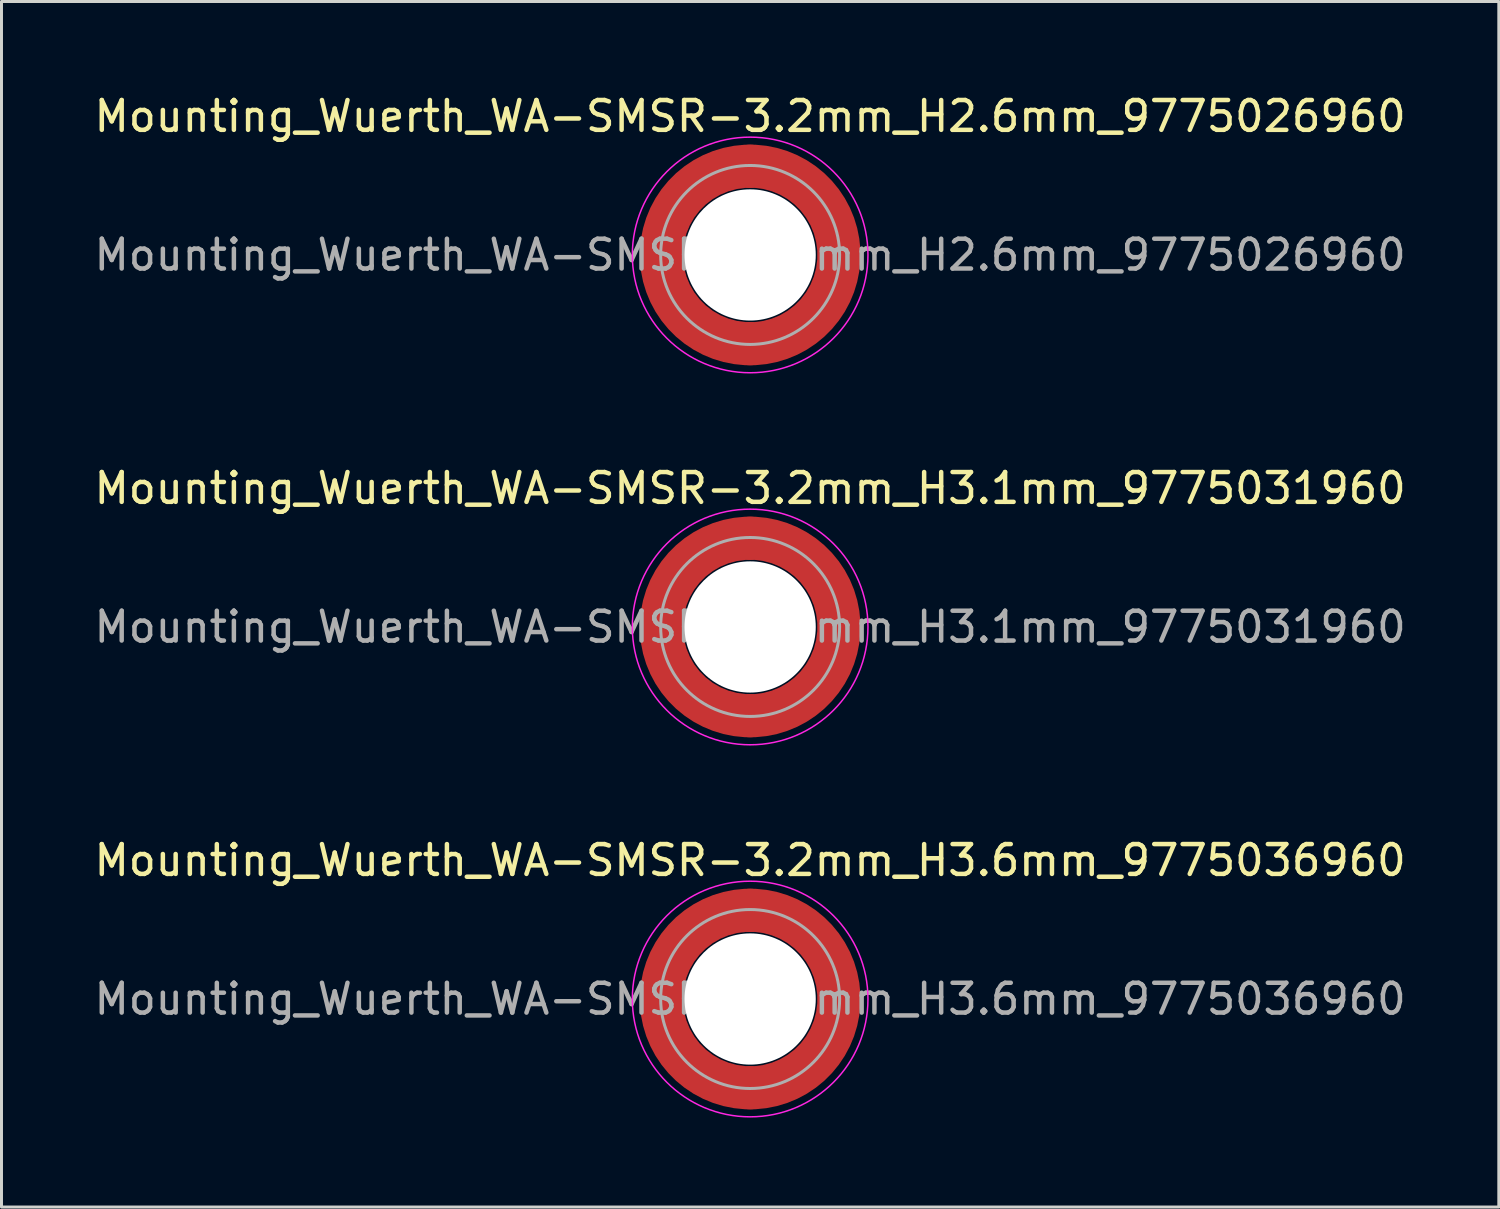
<source format=kicad_pcb>
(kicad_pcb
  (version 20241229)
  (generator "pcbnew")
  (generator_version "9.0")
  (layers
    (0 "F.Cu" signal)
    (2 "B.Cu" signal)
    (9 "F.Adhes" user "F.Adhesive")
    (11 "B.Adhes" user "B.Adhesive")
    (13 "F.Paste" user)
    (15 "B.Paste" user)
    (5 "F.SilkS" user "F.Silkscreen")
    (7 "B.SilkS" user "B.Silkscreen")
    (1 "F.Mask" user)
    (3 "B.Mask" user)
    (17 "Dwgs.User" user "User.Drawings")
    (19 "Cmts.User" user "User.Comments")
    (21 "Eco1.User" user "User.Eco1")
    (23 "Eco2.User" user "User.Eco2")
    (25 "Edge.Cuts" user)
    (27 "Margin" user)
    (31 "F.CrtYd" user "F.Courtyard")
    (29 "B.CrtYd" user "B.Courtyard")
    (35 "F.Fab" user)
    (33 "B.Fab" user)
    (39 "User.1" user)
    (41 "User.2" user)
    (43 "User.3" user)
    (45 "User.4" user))
  (footprint "Mounting_Wuerth_WA-SMSR-3.2mm_H2.6mm_9775026960"
    (layer "F.Cu")
    (at 22.101 5.498)
    (property "Reference" "Mounting_Wuerth_WA-SMSR-3.2mm_H2.6mm_9775026960" (at 0 -4.65 0) (layer "F.SilkS") (effects (font (size 1 1) (thickness 0.15))))
    (attr smd)
    (fp_circle (center 0 0) (end 3.95 0) (stroke (width 0.05) (type solid)) (fill no) (layer "F.CrtYd"))
    (fp_circle (center 0 0) (end 3 0) (stroke (width 0.1) (type solid)) (fill no) (layer "F.Fab"))
    (fp_text user "${REFERENCE}" (at 0 0 0) (layer "F.Fab") (effects (font (size 1 1) (thickness 0.15))))
    (pad "" smd custom (at -2.095 -2.095) (size 1.345 1.345) (layers "F.Paste") (options (anchor circle)) (primitives (gr_arc (start -0.24231 1.594804) (mid 0.404819 0.404819) (end 1.594804 -0.24231) (width 0.2)) (gr_arc (start -0.3398 1.594804) (mid 0.337349 0.337349) (end 1.594804 -0.3398) (width 0.2)) (gr_arc (start -0.437132 1.594804) (mid 0.269879 0.269879) (end 1.594804 -0.437132) (width 0.2)) (gr_arc (start -0.534324 1.594804) (mid 0.202409 0.202409) (end 1.594804 -0.534324) (width 0.2)) (gr_arc (start -0.631391 1.594804) (mid 0.134939 0.134939) (end 1.594804 -0.631391) (width 0.2)) (gr_arc (start -0.728345 1.594804) (mid 0.06747 0.06747) (end 1.594804 -0.728345) (width 0.2)) (gr_arc (start -0.825197 1.594804) (mid 0 0) (end 1.594804 -0.825197) (width 0.2)) (gr_arc (start -0.921958 1.594804) (mid -0.067469 -0.067469) (end 1.594804 -0.921958) (width 0.2)) (gr_arc (start -1.018637 1.594804) (mid -0.13494 -0.13494) (end 1.594804 -1.018637) (width 0.2)) (gr_arc (start -1.115239 1.594804) (mid -0.202409 -0.202409) (end 1.594804 -1.115239) (width 0.2)) (gr_arc (start -1.211773 1.594804) (mid -0.269879 -0.269879) (end 1.594804 -1.211773) (width 0.2)) (gr_arc (start -1.308244 1.594804) (mid -0.337349 -0.337349) (end 1.594804 -1.308244) (width 0.2)) (gr_arc (start -1.404657 1.594804) (mid -0.404819 -0.404819) (end 1.594804 -1.404657) (width 0.2)) (gr_arc (start -1.404657 1.594804) (mid -0.404819 -0.404819) (end 1.594804 -1.404657) (width 0.2)) (gr_line (start 1.595 -0.242) (end 1.595 -1.405) (width 0.2)) (gr_line (start -0.242 1.595) (end -1.405 1.595) (width 0.2))))
    (pad "" smd custom (at -2.095 2.095) (size 1.345 1.345) (layers "F.Paste") (options (anchor circle)) (primitives (gr_arc (start 1.594804 0.24231) (mid 0.404819 -0.404819) (end -0.24231 -1.594804) (width 0.2)) (gr_arc (start 1.594804 0.3398) (mid 0.337349 -0.337349) (end -0.3398 -1.594804) (width 0.2)) (gr_arc (start 1.594804 0.437132) (mid 0.269879 -0.269879) (end -0.437132 -1.594804) (width 0.2)) (gr_arc (start 1.594804 0.534324) (mid 0.202409 -0.202409) (end -0.534324 -1.594804) (width 0.2)) (gr_arc (start 1.594804 0.631391) (mid 0.134939 -0.134939) (end -0.631391 -1.594804) (width 0.2)) (gr_arc (start 1.594804 0.728345) (mid 0.06747 -0.06747) (end -0.728345 -1.594804) (width 0.2)) (gr_arc (start 1.594804 0.825197) (mid 0 0) (end -0.825197 -1.594804) (width 0.2)) (gr_arc (start 1.594804 0.921958) (mid -0.067469 0.067469) (end -0.921958 -1.594804) (width 0.2)) (gr_arc (start 1.594804 1.018637) (mid -0.13494 0.13494) (end -1.018637 -1.594804) (width 0.2)) (gr_arc (start 1.594804 1.115239) (mid -0.202409 0.202409) (end -1.115239 -1.594804) (width 0.2)) (gr_arc (start 1.594804 1.211773) (mid -0.269879 0.269879) (end -1.211773 -1.594804) (width 0.2)) (gr_arc (start 1.594804 1.308244) (mid -0.337349 0.337349) (end -1.308244 -1.594804) (width 0.2)) (gr_arc (start 1.594804 1.404657) (mid -0.404819 0.404819) (end -1.404657 -1.594804) (width 0.2)) (gr_arc (start 1.594804 1.404657) (mid -0.404819 0.404819) (end -1.404657 -1.594804) (width 0.2)) (gr_line (start -0.242 -1.595) (end -1.405 -1.595) (width 0.2)) (gr_line (start 1.595 0.242) (end 1.595 1.405) (width 0.2))))
    (pad "" np_thru_hole circle (at 0 0) (size 4.4 4.4) (drill 4.4) (layers "*.Cu" "*.Mask"))
    (pad "" smd custom (at 2.095 -2.095) (size 1.345 1.345) (layers "F.Paste") (options (anchor circle)) (primitives (gr_arc (start -1.594804 -0.24231) (mid -0.404819 0.404819) (end 0.24231 1.594804) (width 0.2)) (gr_arc (start -1.594804 -0.3398) (mid -0.337349 0.337349) (end 0.3398 1.594804) (width 0.2)) (gr_arc (start -1.594804 -0.437132) (mid -0.269879 0.269879) (end 0.437132 1.594804) (width 0.2)) (gr_arc (start -1.594804 -0.534324) (mid -0.202409 0.202409) (end 0.534324 1.594804) (width 0.2)) (gr_arc (start -1.594804 -0.631391) (mid -0.134939 0.134939) (end 0.631391 1.594804) (width 0.2)) (gr_arc (start -1.594804 -0.728345) (mid -0.06747 0.06747) (end 0.728345 1.594804) (width 0.2)) (gr_arc (start -1.594804 -0.825197) (mid 0 0) (end 0.825197 1.594804) (width 0.2)) (gr_arc (start -1.594804 -0.921958) (mid 0.067469 -0.067469) (end 0.921958 1.594804) (width 0.2)) (gr_arc (start -1.594804 -1.018637) (mid 0.13494 -0.13494) (end 1.018637 1.594804) (width 0.2)) (gr_arc (start -1.594804 -1.115239) (mid 0.202409 -0.202409) (end 1.115239 1.594804) (width 0.2)) (gr_arc (start -1.594804 -1.211773) (mid 0.269879 -0.269879) (end 1.211773 1.594804) (width 0.2)) (gr_arc (start -1.594804 -1.308244) (mid 0.337349 -0.337349) (end 1.308244 1.594804) (width 0.2)) (gr_arc (start -1.594804 -1.404657) (mid 0.404819 -0.404819) (end 1.404657 1.594804) (width 0.2)) (gr_arc (start -1.594804 -1.404657) (mid 0.404819 -0.404819) (end 1.404657 1.594804) (width 0.2)) (gr_line (start 0.242 1.595) (end 1.405 1.595) (width 0.2)) (gr_line (start -1.595 -0.242) (end -1.595 -1.405) (width 0.2))))
    (pad "" smd custom (at 2.095 2.095) (size 1.345 1.345) (layers "F.Paste") (options (anchor circle)) (primitives (gr_arc (start 0.24231 -1.594804) (mid -0.404819 -0.404819) (end -1.594804 0.24231) (width 0.2)) (gr_arc (start 0.3398 -1.594804) (mid -0.337349 -0.337349) (end -1.594804 0.3398) (width 0.2)) (gr_arc (start 0.437132 -1.594804) (mid -0.269879 -0.269879) (end -1.594804 0.437132) (width 0.2)) (gr_arc (start 0.534324 -1.594804) (mid -0.202409 -0.202409) (end -1.594804 0.534324) (width 0.2)) (gr_arc (start 0.631391 -1.594804) (mid -0.134939 -0.134939) (end -1.594804 0.631391) (width 0.2)) (gr_arc (start 0.728345 -1.594804) (mid -0.06747 -0.06747) (end -1.594804 0.728345) (width 0.2)) (gr_arc (start 0.825197 -1.594804) (mid 0 0) (end -1.594804 0.825197) (width 0.2)) (gr_arc (start 0.921958 -1.594804) (mid 0.067469 0.067469) (end -1.594804 0.921958) (width 0.2)) (gr_arc (start 1.018637 -1.594804) (mid 0.13494 0.13494) (end -1.594804 1.018637) (width 0.2)) (gr_arc (start 1.115239 -1.594804) (mid 0.202409 0.202409) (end -1.594804 1.115239) (width 0.2)) (gr_arc (start 1.211773 -1.594804) (mid 0.269879 0.269879) (end -1.594804 1.211773) (width 0.2)) (gr_arc (start 1.308244 -1.594804) (mid 0.337349 0.337349) (end -1.594804 1.308244) (width 0.2)) (gr_arc (start 1.404657 -1.594804) (mid 0.404819 0.404819) (end -1.594804 1.404657) (width 0.2)) (gr_arc (start 1.404657 -1.594804) (mid 0.404819 0.404819) (end -1.594804 1.404657) (width 0.2)) (gr_line (start -1.595 0.242) (end -1.595 1.405) (width 0.2)) (gr_line (start 0.242 -1.595) (end 1.405 -1.595) (width 0.2))))
    (pad "1" smd circle (at -2.975 0) (size 1.45 1.45) (layers "F.Cu"))
    (pad "1" smd circle (at 0 -2.975) (size 1.45 1.45) (layers "F.Cu"))
    (pad "1" smd circle (at 0 2.975) (size 1.45 1.45) (layers "F.Cu"))
    (pad "1" smd custom (at 2.975 0) (size 1.45 1.45) (layers "F.Cu" "F.Mask") (options (anchor circle)) (primitives (gr_circle (center -2.975 0) (end 0 0) (width 1.45) (fill no)))))
  (footprint "Mounting_Wuerth_WA-SMSR-3.2mm_H3.1mm_9775031960"
    (layer "F.Cu")
    (at 22.101 17.971)
    (property "Reference" "Mounting_Wuerth_WA-SMSR-3.2mm_H3.1mm_9775031960" (at 0 -4.65 0) (layer "F.SilkS") (effects (font (size 1 1) (thickness 0.15))))
    (attr smd)
    (fp_circle (center 0 0) (end 3.95 0) (stroke (width 0.05) (type solid)) (fill no) (layer "F.CrtYd"))
    (fp_circle (center 0 0) (end 3 0) (stroke (width 0.1) (type solid)) (fill no) (layer "F.Fab"))
    (fp_text user "${REFERENCE}" (at 0 0 0) (layer "F.Fab") (effects (font (size 1 1) (thickness 0.15))))
    (pad "" smd custom (at -2.095 -2.095) (size 1.345 1.345) (layers "F.Paste") (options (anchor circle)) (primitives (gr_arc (start -0.24231 1.594804) (mid 0.404819 0.404819) (end 1.594804 -0.24231) (width 0.2)) (gr_arc (start -0.3398 1.594804) (mid 0.337349 0.337349) (end 1.594804 -0.3398) (width 0.2)) (gr_arc (start -0.437132 1.594804) (mid 0.269879 0.269879) (end 1.594804 -0.437132) (width 0.2)) (gr_arc (start -0.534324 1.594804) (mid 0.202409 0.202409) (end 1.594804 -0.534324) (width 0.2)) (gr_arc (start -0.631391 1.594804) (mid 0.134939 0.134939) (end 1.594804 -0.631391) (width 0.2)) (gr_arc (start -0.728345 1.594804) (mid 0.06747 0.06747) (end 1.594804 -0.728345) (width 0.2)) (gr_arc (start -0.825197 1.594804) (mid 0 0) (end 1.594804 -0.825197) (width 0.2)) (gr_arc (start -0.921958 1.594804) (mid -0.067469 -0.067469) (end 1.594804 -0.921958) (width 0.2)) (gr_arc (start -1.018637 1.594804) (mid -0.13494 -0.13494) (end 1.594804 -1.018637) (width 0.2)) (gr_arc (start -1.115239 1.594804) (mid -0.202409 -0.202409) (end 1.594804 -1.115239) (width 0.2)) (gr_arc (start -1.211773 1.594804) (mid -0.269879 -0.269879) (end 1.594804 -1.211773) (width 0.2)) (gr_arc (start -1.308244 1.594804) (mid -0.337349 -0.337349) (end 1.594804 -1.308244) (width 0.2)) (gr_arc (start -1.404657 1.594804) (mid -0.404819 -0.404819) (end 1.594804 -1.404657) (width 0.2)) (gr_arc (start -1.404657 1.594804) (mid -0.404819 -0.404819) (end 1.594804 -1.404657) (width 0.2)) (gr_line (start 1.595 -0.242) (end 1.595 -1.405) (width 0.2)) (gr_line (start -0.242 1.595) (end -1.405 1.595) (width 0.2))))
    (pad "" smd custom (at -2.095 2.095) (size 1.345 1.345) (layers "F.Paste") (options (anchor circle)) (primitives (gr_arc (start 1.594804 0.24231) (mid 0.404819 -0.404819) (end -0.24231 -1.594804) (width 0.2)) (gr_arc (start 1.594804 0.3398) (mid 0.337349 -0.337349) (end -0.3398 -1.594804) (width 0.2)) (gr_arc (start 1.594804 0.437132) (mid 0.269879 -0.269879) (end -0.437132 -1.594804) (width 0.2)) (gr_arc (start 1.594804 0.534324) (mid 0.202409 -0.202409) (end -0.534324 -1.594804) (width 0.2)) (gr_arc (start 1.594804 0.631391) (mid 0.134939 -0.134939) (end -0.631391 -1.594804) (width 0.2)) (gr_arc (start 1.594804 0.728345) (mid 0.06747 -0.06747) (end -0.728345 -1.594804) (width 0.2)) (gr_arc (start 1.594804 0.825197) (mid 0 0) (end -0.825197 -1.594804) (width 0.2)) (gr_arc (start 1.594804 0.921958) (mid -0.067469 0.067469) (end -0.921958 -1.594804) (width 0.2)) (gr_arc (start 1.594804 1.018637) (mid -0.13494 0.13494) (end -1.018637 -1.594804) (width 0.2)) (gr_arc (start 1.594804 1.115239) (mid -0.202409 0.202409) (end -1.115239 -1.594804) (width 0.2)) (gr_arc (start 1.594804 1.211773) (mid -0.269879 0.269879) (end -1.211773 -1.594804) (width 0.2)) (gr_arc (start 1.594804 1.308244) (mid -0.337349 0.337349) (end -1.308244 -1.594804) (width 0.2)) (gr_arc (start 1.594804 1.404657) (mid -0.404819 0.404819) (end -1.404657 -1.594804) (width 0.2)) (gr_arc (start 1.594804 1.404657) (mid -0.404819 0.404819) (end -1.404657 -1.594804) (width 0.2)) (gr_line (start -0.242 -1.595) (end -1.405 -1.595) (width 0.2)) (gr_line (start 1.595 0.242) (end 1.595 1.405) (width 0.2))))
    (pad "" np_thru_hole circle (at 0 0) (size 4.4 4.4) (drill 4.4) (layers "*.Cu" "*.Mask"))
    (pad "" smd custom (at 2.095 -2.095) (size 1.345 1.345) (layers "F.Paste") (options (anchor circle)) (primitives (gr_arc (start -1.594804 -0.24231) (mid -0.404819 0.404819) (end 0.24231 1.594804) (width 0.2)) (gr_arc (start -1.594804 -0.3398) (mid -0.337349 0.337349) (end 0.3398 1.594804) (width 0.2)) (gr_arc (start -1.594804 -0.437132) (mid -0.269879 0.269879) (end 0.437132 1.594804) (width 0.2)) (gr_arc (start -1.594804 -0.534324) (mid -0.202409 0.202409) (end 0.534324 1.594804) (width 0.2)) (gr_arc (start -1.594804 -0.631391) (mid -0.134939 0.134939) (end 0.631391 1.594804) (width 0.2)) (gr_arc (start -1.594804 -0.728345) (mid -0.06747 0.06747) (end 0.728345 1.594804) (width 0.2)) (gr_arc (start -1.594804 -0.825197) (mid 0 0) (end 0.825197 1.594804) (width 0.2)) (gr_arc (start -1.594804 -0.921958) (mid 0.067469 -0.067469) (end 0.921958 1.594804) (width 0.2)) (gr_arc (start -1.594804 -1.018637) (mid 0.13494 -0.13494) (end 1.018637 1.594804) (width 0.2)) (gr_arc (start -1.594804 -1.115239) (mid 0.202409 -0.202409) (end 1.115239 1.594804) (width 0.2)) (gr_arc (start -1.594804 -1.211773) (mid 0.269879 -0.269879) (end 1.211773 1.594804) (width 0.2)) (gr_arc (start -1.594804 -1.308244) (mid 0.337349 -0.337349) (end 1.308244 1.594804) (width 0.2)) (gr_arc (start -1.594804 -1.404657) (mid 0.404819 -0.404819) (end 1.404657 1.594804) (width 0.2)) (gr_arc (start -1.594804 -1.404657) (mid 0.404819 -0.404819) (end 1.404657 1.594804) (width 0.2)) (gr_line (start 0.242 1.595) (end 1.405 1.595) (width 0.2)) (gr_line (start -1.595 -0.242) (end -1.595 -1.405) (width 0.2))))
    (pad "" smd custom (at 2.095 2.095) (size 1.345 1.345) (layers "F.Paste") (options (anchor circle)) (primitives (gr_arc (start 0.24231 -1.594804) (mid -0.404819 -0.404819) (end -1.594804 0.24231) (width 0.2)) (gr_arc (start 0.3398 -1.594804) (mid -0.337349 -0.337349) (end -1.594804 0.3398) (width 0.2)) (gr_arc (start 0.437132 -1.594804) (mid -0.269879 -0.269879) (end -1.594804 0.437132) (width 0.2)) (gr_arc (start 0.534324 -1.594804) (mid -0.202409 -0.202409) (end -1.594804 0.534324) (width 0.2)) (gr_arc (start 0.631391 -1.594804) (mid -0.134939 -0.134939) (end -1.594804 0.631391) (width 0.2)) (gr_arc (start 0.728345 -1.594804) (mid -0.06747 -0.06747) (end -1.594804 0.728345) (width 0.2)) (gr_arc (start 0.825197 -1.594804) (mid 0 0) (end -1.594804 0.825197) (width 0.2)) (gr_arc (start 0.921958 -1.594804) (mid 0.067469 0.067469) (end -1.594804 0.921958) (width 0.2)) (gr_arc (start 1.018637 -1.594804) (mid 0.13494 0.13494) (end -1.594804 1.018637) (width 0.2)) (gr_arc (start 1.115239 -1.594804) (mid 0.202409 0.202409) (end -1.594804 1.115239) (width 0.2)) (gr_arc (start 1.211773 -1.594804) (mid 0.269879 0.269879) (end -1.594804 1.211773) (width 0.2)) (gr_arc (start 1.308244 -1.594804) (mid 0.337349 0.337349) (end -1.594804 1.308244) (width 0.2)) (gr_arc (start 1.404657 -1.594804) (mid 0.404819 0.404819) (end -1.594804 1.404657) (width 0.2)) (gr_arc (start 1.404657 -1.594804) (mid 0.404819 0.404819) (end -1.594804 1.404657) (width 0.2)) (gr_line (start -1.595 0.242) (end -1.595 1.405) (width 0.2)) (gr_line (start 0.242 -1.595) (end 1.405 -1.595) (width 0.2))))
    (pad "1" smd circle (at -2.975 0) (size 1.45 1.45) (layers "F.Cu"))
    (pad "1" smd circle (at 0 -2.975) (size 1.45 1.45) (layers "F.Cu"))
    (pad "1" smd circle (at 0 2.975) (size 1.45 1.45) (layers "F.Cu"))
    (pad "1" smd custom (at 2.975 0) (size 1.45 1.45) (layers "F.Cu" "F.Mask") (options (anchor circle)) (primitives (gr_circle (center -2.975 0) (end 0 0) (width 1.45) (fill no)))))
  (footprint "Mounting_Wuerth_WA-SMSR-3.2mm_H3.6mm_9775036960"
    (layer "F.Cu")
    (at 22.101 30.445)
    (property "Reference" "Mounting_Wuerth_WA-SMSR-3.2mm_H3.6mm_9775036960" (at 0 -4.65 0) (layer "F.SilkS") (effects (font (size 1 1) (thickness 0.15))))
    (attr smd)
    (fp_circle (center 0 0) (end 3.95 0) (stroke (width 0.05) (type solid)) (fill no) (layer "F.CrtYd"))
    (fp_circle (center 0 0) (end 3 0) (stroke (width 0.1) (type solid)) (fill no) (layer "F.Fab"))
    (fp_text user "${REFERENCE}" (at 0 0 0) (layer "F.Fab") (effects (font (size 1 1) (thickness 0.15))))
    (pad "" smd custom (at -2.095 -2.095) (size 1.345 1.345) (layers "F.Paste") (options (anchor circle)) (primitives (gr_arc (start -0.426133 1.358554) (mid 0.237765 0.237765) (end 1.358554 -0.426133) (width 0.6725)) (gr_arc (start -0.774751 1.358554) (mid 0 0) (end 1.358554 -0.774751) (width 0.6725)) (gr_arc (start -1.120735 1.358554) (mid -0.237765 -0.237765) (end 1.358554 -1.120735) (width 0.6725)) (gr_arc (start -1.120735 1.358554) (mid -0.237765 -0.237765) (end 1.358554 -1.120735) (width 0.6725)) (gr_line (start 1.359 -0.426) (end 1.359 -1.121) (width 0.672)) (gr_line (start -0.426 1.359) (end -1.121 1.359) (width 0.672))))
    (pad "" smd custom (at -2.095 2.095) (size 1.345 1.345) (layers "F.Paste") (options (anchor circle)) (primitives (gr_arc (start 1.358554 0.426133) (mid 0.237765 -0.237765) (end -0.426133 -1.358554) (width 0.6725)) (gr_arc (start 1.358554 0.774751) (mid 0 0) (end -0.774751 -1.358554) (width 0.6725)) (gr_arc (start 1.358554 1.120735) (mid -0.237765 0.237765) (end -1.120735 -1.358554) (width 0.6725)) (gr_arc (start 1.358554 1.120735) (mid -0.237765 0.237765) (end -1.120735 -1.358554) (width 0.6725)) (gr_line (start -0.426 -1.359) (end -1.121 -1.359) (width 0.672)) (gr_line (start 1.359 0.426) (end 1.359 1.121) (width 0.672))))
    (pad "" np_thru_hole circle (at 0 0) (size 4.4 4.4) (drill 4.4) (layers "*.Cu" "*.Mask"))
    (pad "" smd custom (at 2.095 -2.095) (size 1.345 1.345) (layers "F.Paste") (options (anchor circle)) (primitives (gr_arc (start -1.358554 -0.426133) (mid -0.237765 0.237765) (end 0.426133 1.358554) (width 0.6725)) (gr_arc (start -1.358554 -0.774751) (mid 0 0) (end 0.774751 1.358554) (width 0.6725)) (gr_arc (start -1.358554 -1.120735) (mid 0.237765 -0.237765) (end 1.120735 1.358554) (width 0.6725)) (gr_arc (start -1.358554 -1.120735) (mid 0.237765 -0.237765) (end 1.120735 1.358554) (width 0.6725)) (gr_line (start 0.426 1.359) (end 1.121 1.359) (width 0.672)) (gr_line (start -1.359 -0.426) (end -1.359 -1.121) (width 0.672))))
    (pad "" smd custom (at 2.095 2.095) (size 1.345 1.345) (layers "F.Paste") (options (anchor circle)) (primitives (gr_arc (start 0.426133 -1.358554) (mid -0.237765 -0.237765) (end -1.358554 0.426133) (width 0.6725)) (gr_arc (start 0.774751 -1.358554) (mid 0 0) (end -1.358554 0.774751) (width 0.6725)) (gr_arc (start 1.120735 -1.358554) (mid 0.237765 0.237765) (end -1.358554 1.120735) (width 0.6725)) (gr_arc (start 1.120735 -1.358554) (mid 0.237765 0.237765) (end -1.358554 1.120735) (width 0.6725)) (gr_line (start -1.359 0.426) (end -1.359 1.121) (width 0.672)) (gr_line (start 0.426 -1.359) (end 1.121 -1.359) (width 0.672))))
    (pad "1" smd circle (at -2.975 0) (size 1.45 1.45) (layers "F.Cu"))
    (pad "1" smd circle (at 0 -2.975) (size 1.45 1.45) (layers "F.Cu"))
    (pad "1" smd circle (at 0 2.975) (size 1.45 1.45) (layers "F.Cu"))
    (pad "1" smd custom (at 2.975 0) (size 1.45 1.45) (layers "F.Cu" "F.Mask") (options (anchor circle)) (primitives (gr_circle (center -2.975 0) (end 0 0) (width 1.45) (fill no)))))
  (gr_rect
    (start -3 -3)
    (end 47.202 37.42)
    (stroke (width 0.1) (type default))
    (fill no)
    (layer "Edge.Cuts")))
</source>
